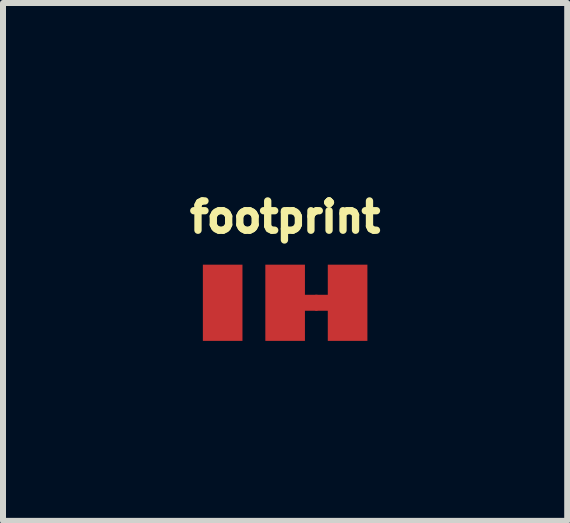
<source format=kicad_pcb>
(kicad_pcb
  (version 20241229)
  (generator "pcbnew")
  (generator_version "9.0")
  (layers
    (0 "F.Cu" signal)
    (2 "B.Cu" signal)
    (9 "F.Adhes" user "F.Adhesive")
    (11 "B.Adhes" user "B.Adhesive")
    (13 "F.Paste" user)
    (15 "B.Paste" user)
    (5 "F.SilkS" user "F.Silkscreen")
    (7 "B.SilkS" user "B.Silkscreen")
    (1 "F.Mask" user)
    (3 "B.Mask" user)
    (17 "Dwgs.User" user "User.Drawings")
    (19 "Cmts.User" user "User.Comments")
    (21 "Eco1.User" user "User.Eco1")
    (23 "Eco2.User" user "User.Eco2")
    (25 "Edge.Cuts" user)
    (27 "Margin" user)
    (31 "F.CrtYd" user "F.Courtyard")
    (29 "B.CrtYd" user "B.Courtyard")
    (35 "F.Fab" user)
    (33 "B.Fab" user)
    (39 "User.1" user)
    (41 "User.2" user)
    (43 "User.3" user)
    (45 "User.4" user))
  (footprint "footprint"
    (layer "F.Cu")
    (at 1.702 1.996)
    (property "Reference" "footprint" (at 0 -1.143 0) (layer "F.SilkS") (effects (font (size 0.488 0.488) (thickness 0.122)) (justify bottom)))
    (fp_poly (pts (xy 0.54 0.133) (xy -0.197 0.133) (xy -0.197 -0.133) (xy 0.54 -0.133)) (stroke (width 0) (type solid)) (fill yes) (layer "F.Cu"))
    (fp_poly (pts (xy 1.238 0.133) (xy 0.502 0.133) (xy 0.502 -0.133) (xy 1.238 -0.133)) (stroke (width 0) (type solid)) (fill yes) (layer "F.Cu"))
    (fp_poly (pts (xy 0.762 0.191) (xy 0.254 0.191) (xy 0.254 -0.191) (xy 0.762 -0.191)) (stroke (width 0) (type solid)) (fill yes) (layer "F.Mask"))
    (pad "1" smd rect (at -1.041 0) (size 0.66 1.27) (layers "F.Cu" "F.Mask"))
    (pad "2" smd rect (at 0 0) (size 0.66 1.27) (layers "F.Cu" "F.Mask"))
    (pad "3" smd rect (at 1.041 0) (size 0.66 1.27) (layers "F.Cu" "F.Mask")))
  (gr_rect
    (start -3 -3)
    (end 6.403 5.631)
    (stroke (width 0.1) (type default))
    (fill no)
    (layer "Edge.Cuts")))
</source>
